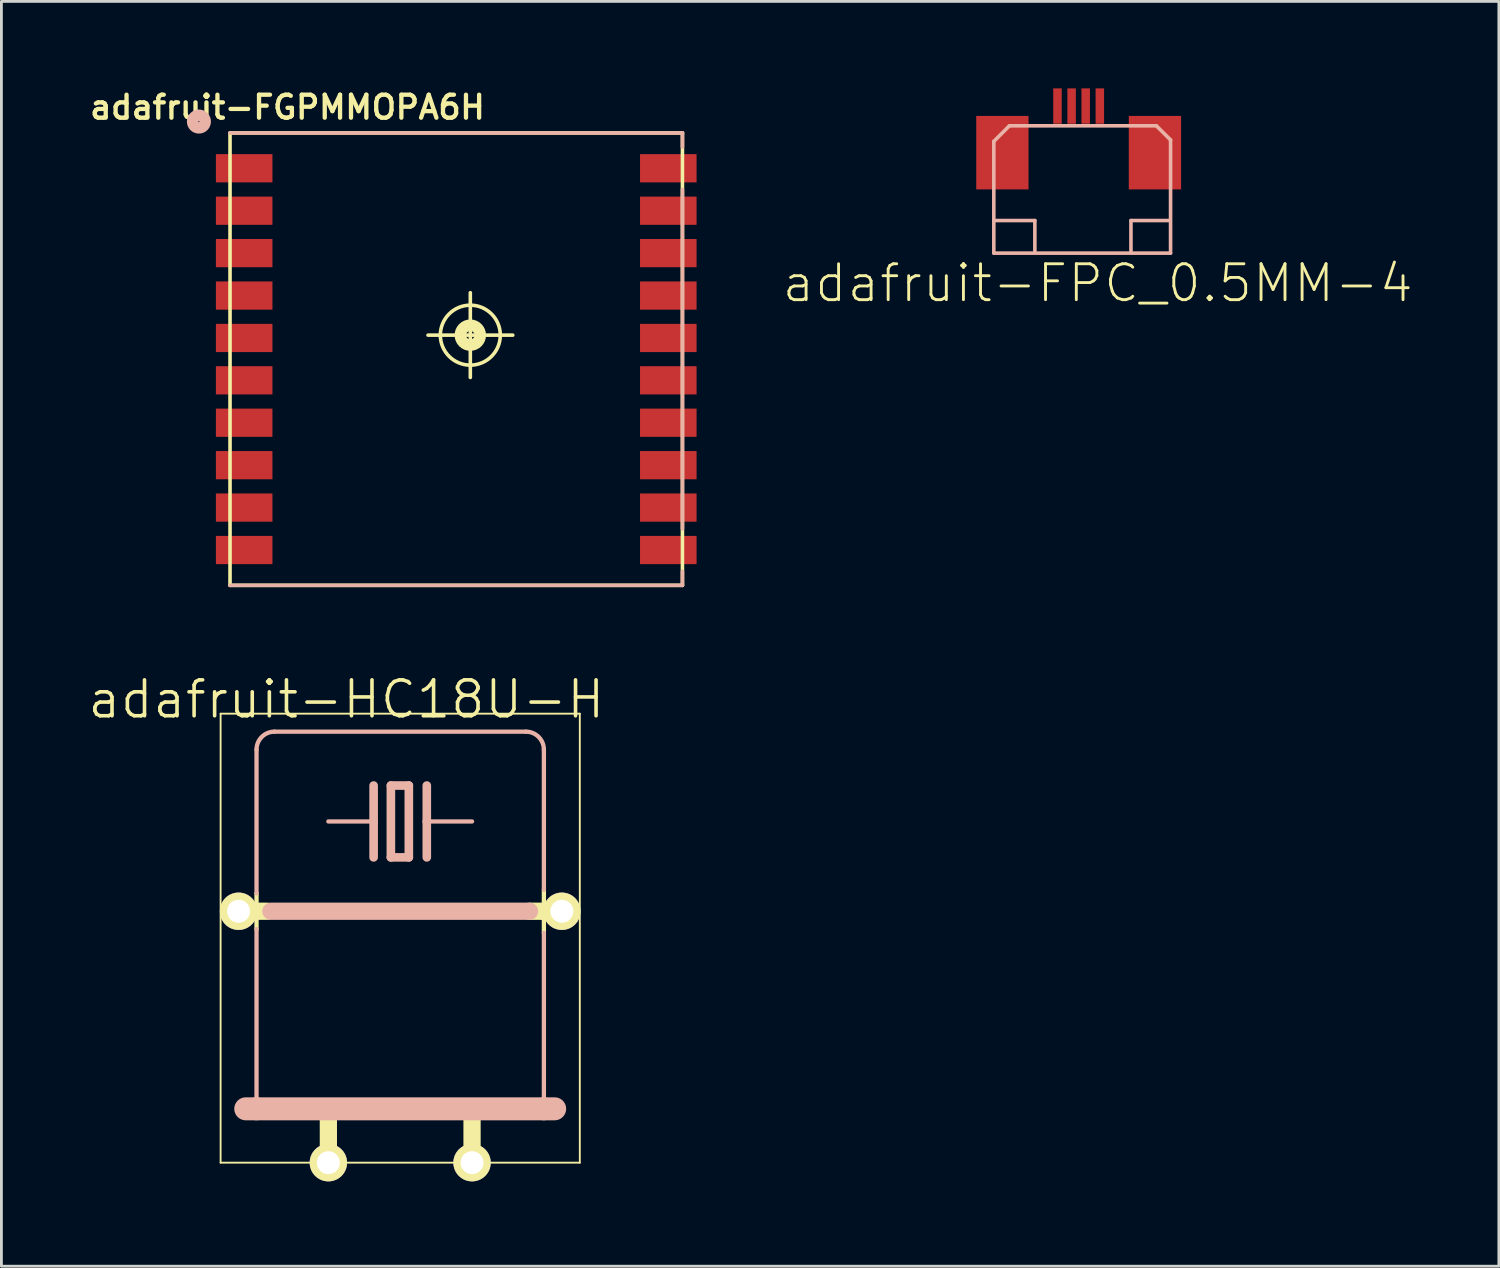
<source format=kicad_pcb>
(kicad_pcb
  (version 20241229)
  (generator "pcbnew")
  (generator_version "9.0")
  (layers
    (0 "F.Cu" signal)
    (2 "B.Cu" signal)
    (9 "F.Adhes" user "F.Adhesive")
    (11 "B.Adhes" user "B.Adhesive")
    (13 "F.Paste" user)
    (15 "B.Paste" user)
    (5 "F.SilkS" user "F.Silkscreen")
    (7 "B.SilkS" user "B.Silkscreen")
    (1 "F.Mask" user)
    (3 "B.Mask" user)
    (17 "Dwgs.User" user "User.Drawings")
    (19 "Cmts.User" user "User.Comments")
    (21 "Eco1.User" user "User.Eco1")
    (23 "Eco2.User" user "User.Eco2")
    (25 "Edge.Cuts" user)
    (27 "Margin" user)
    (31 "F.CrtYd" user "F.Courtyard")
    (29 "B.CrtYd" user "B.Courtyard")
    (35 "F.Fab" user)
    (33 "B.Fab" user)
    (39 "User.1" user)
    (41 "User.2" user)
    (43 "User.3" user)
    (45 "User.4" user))
  (footprint "adafruit-FPC_0.5MM-4"
    (layer "F.Cu")
    (at 35.088 0.25)
    (property "Reference" "adafruit-FPC_0.5MM-4" (at 0.673 6.713 0) (layer "F.SilkS") (effects (font (size 1.27 1.27) (thickness 0.102))))
    (attr smd)
    (fp_line (start -3 1.699) (end -2.449 1.148) (stroke (width 0.127) (type solid)) (layer "B.SilkS"))
    (fp_line (start -3 4.498) (end -3 1.699) (stroke (width 0.127) (type solid)) (layer "B.SilkS"))
    (fp_line (start -3 4.498) (end -1.549 4.498) (stroke (width 0.127) (type solid)) (layer "B.SilkS"))
    (fp_line (start -3 5.649) (end -3 4.498) (stroke (width 0.127) (type solid)) (layer "B.SilkS"))
    (fp_line (start -2.449 1.148) (end 2.748 1.148) (stroke (width 0.127) (type solid)) (layer "B.SilkS"))
    (fp_line (start -1.549 4.498) (end -1.549 5.598) (stroke (width 0.127) (type solid)) (layer "B.SilkS"))
    (fp_line (start 1.849 4.498) (end 1.849 5.598) (stroke (width 0.127) (type solid)) (layer "B.SilkS"))
    (fp_line (start 2.748 1.148) (end 3.249 1.648) (stroke (width 0.127) (type solid)) (layer "B.SilkS"))
    (fp_line (start 3.198 4.498) (end 1.849 4.498) (stroke (width 0.127) (type solid)) (layer "B.SilkS"))
    (fp_line (start 3.249 1.648) (end 3.249 5.649) (stroke (width 0.127) (type solid)) (layer "B.SilkS"))
    (fp_line (start 3.249 5.649) (end -3 5.649) (stroke (width 0.127) (type solid)) (layer "B.SilkS"))
    (pad "1" smd rect (at -0.749 0.45 90) (size 1.25 0.3) (layers "F.Cu" "F.Mask" "F.Paste"))
    (pad "2" smd rect (at -0.249 0.45 90) (size 1.25 0.3) (layers "F.Cu" "F.Mask" "F.Paste"))
    (pad "3" smd rect (at 0.249 0.45 90) (size 1.25 0.3) (layers "F.Cu" "F.Mask" "F.Paste"))
    (pad "4" smd rect (at 0.749 0.45 90) (size 1.25 0.3) (layers "F.Cu" "F.Mask" "F.Paste"))
    (pad "MT" smd rect (at -2.697 2.098 90) (size 2.598 1.849) (layers "F.Cu" "F.Mask" "F.Paste"))
    (pad "MT2" smd rect (at 2.697 2.098 90) (size 2.598 1.849) (layers "F.Cu" "F.Mask" "F.Paste")))
  (footprint "adafruit-HC18U-H"
    (layer "F.Cu")
    (at 11.1 32.979)
    (property "Reference" "adafruit-HC18U-H" (at -1.905 -11.303 0) (layer "F.SilkS") (effects (font (size 1.27 1.27) (thickness 0.127))))
    (attr exclude_from_pos_files exclude_from_bom)
    (fp_line (start -6.35 -10.795) (end 6.35 -10.795) (stroke (width 0.066) (type solid)) (layer "F.SilkS"))
    (fp_line (start -6.35 5.08) (end -6.35 -10.795) (stroke (width 0.066) (type solid)) (layer "F.SilkS"))
    (fp_line (start -6.35 5.08) (end 6.35 5.08) (stroke (width 0.066) (type solid)) (layer "F.SilkS"))
    (fp_line (start -5.08 -4.445) (end -5.08 -3.175) (stroke (width 0.152) (type solid)) (layer "F.SilkS"))
    (fp_line (start -4.699 -3.81) (end -5.715 -3.81) (stroke (width 0.61) (type solid)) (layer "F.SilkS"))
    (fp_line (start -2.54 3.302) (end -2.54 5.08) (stroke (width 0.61) (type solid)) (layer "F.SilkS"))
    (fp_line (start 2.54 3.302) (end 2.54 5.08) (stroke (width 0.61) (type solid)) (layer "F.SilkS"))
    (fp_line (start 4.572 -3.81) (end 5.08 -3.81) (stroke (width 0.61) (type solid)) (layer "F.SilkS"))
    (fp_line (start 5.08 -3.81) (end 5.08 -4.572) (stroke (width 0.152) (type solid)) (layer "F.SilkS"))
    (fp_line (start 5.08 -3.81) (end 5.08 -3.048) (stroke (width 0.152) (type solid)) (layer "F.SilkS"))
    (fp_line (start 5.08 -3.81) (end 5.715 -3.81) (stroke (width 0.61) (type solid)) (layer "F.SilkS"))
    (fp_line (start 6.35 5.08) (end 6.35 -10.795) (stroke (width 0.066) (type solid)) (layer "F.SilkS"))
    (fp_line (start -5.08 -4.445) (end -5.08 -9.525) (stroke (width 0.152) (type solid)) (layer "B.SilkS"))
    (fp_line (start -5.08 -3.175) (end -5.08 3.175) (stroke (width 0.152) (type solid)) (layer "B.SilkS"))
    (fp_line (start -5.08 3.175) (end -5.461 3.175) (stroke (width 0.813) (type solid)) (layer "B.SilkS"))
    (fp_line (start -4.572 -3.81) (end 4.572 -3.81) (stroke (width 0.61) (type solid)) (layer "B.SilkS"))
    (fp_line (start -0.94 -8.255) (end -0.94 -6.985) (stroke (width 0.305) (type solid)) (layer "B.SilkS"))
    (fp_line (start -0.94 -6.985) (end -2.54 -6.985) (stroke (width 0.152) (type solid)) (layer "B.SilkS"))
    (fp_line (start -0.94 -6.985) (end -0.94 -5.715) (stroke (width 0.305) (type solid)) (layer "B.SilkS"))
    (fp_line (start -0.33 -8.255) (end -0.33 -5.715) (stroke (width 0.305) (type solid)) (layer "B.SilkS"))
    (fp_line (start -0.33 -5.715) (end 0.305 -5.715) (stroke (width 0.305) (type solid)) (layer "B.SilkS"))
    (fp_line (start 0.305 -8.255) (end -0.33 -8.255) (stroke (width 0.305) (type solid)) (layer "B.SilkS"))
    (fp_line (start 0.305 -5.715) (end 0.305 -8.255) (stroke (width 0.305) (type solid)) (layer "B.SilkS"))
    (fp_line (start 0.94 -8.255) (end 0.94 -6.985) (stroke (width 0.305) (type solid)) (layer "B.SilkS"))
    (fp_line (start 0.94 -6.985) (end 0.94 -5.715) (stroke (width 0.305) (type solid)) (layer "B.SilkS"))
    (fp_line (start 0.94 -6.985) (end 2.54 -6.985) (stroke (width 0.152) (type solid)) (layer "B.SilkS"))
    (fp_line (start 4.445 -10.16) (end -4.445 -10.16) (stroke (width 0.152) (type solid)) (layer "B.SilkS"))
    (fp_line (start 5.08 -4.572) (end 5.08 -9.525) (stroke (width 0.152) (type solid)) (layer "B.SilkS"))
    (fp_line (start 5.08 -3.048) (end 5.08 3.175) (stroke (width 0.152) (type solid)) (layer "B.SilkS"))
    (fp_line (start 5.08 3.175) (end -5.08 3.175) (stroke (width 0.813) (type solid)) (layer "B.SilkS"))
    (fp_line (start 5.461 3.175) (end 5.08 3.175) (stroke (width 0.813) (type solid)) (layer "B.SilkS"))
    (fp_arc (start -5.08 -9.525) (mid -4.894013 -9.974013) (end -4.445 -10.16) (stroke (width 0.1524) (type solid)) (layer "B.SilkS"))
    (fp_arc (start 4.445 -10.16) (mid 4.894013 -9.974013) (end 5.08 -9.525) (stroke (width 0.1524) (type solid)) (layer "B.SilkS"))
    (pad "1" thru_hole circle (at -2.54 5.08) (size 1.321 1.321) (drill 0.813) (layers "*.Cu" "F.Mask" "F.SilkS" "F.Paste"))
    (pad "2" thru_hole circle (at 2.54 5.08) (size 1.321 1.321) (drill 0.813) (layers "*.Cu" "F.Mask" "F.SilkS" "F.Paste"))
    (pad "M" thru_hole circle (at -5.715 -3.81) (size 1.321 1.321) (drill 0.813) (layers "*.Cu" "F.Mask" "F.SilkS" "F.Paste"))
    (pad "M1" thru_hole circle (at 5.715 -3.81) (size 1.321 1.321) (drill 0.813) (layers "*.Cu" "F.Mask" "F.SilkS" "F.Paste")))
  (footprint "adafruit-FGPMMOPA6H"
    (layer "F.Cu")
    (at 13.081 9.648)
    (property "Reference" "adafruit-FGPMMOPA6H" (at -5.966 -8.905 0) (layer "F.SilkS") (effects (font (size 0.813 0.813) (thickness 0.152))))
    (attr smd)
    (fp_line (start -7.998 -7.998) (end 7.998 -7.998) (stroke (width 0.127) (type solid)) (layer "F.SilkS"))
    (fp_line (start -7.998 7.998) (end -7.998 -7.998) (stroke (width 0.127) (type solid)) (layer "F.SilkS"))
    (fp_line (start -0.998 -0.848) (end 1.999 -0.848) (stroke (width 0.127) (type solid)) (layer "F.SilkS"))
    (fp_line (start 0.498 0.648) (end 0.498 -2.349) (stroke (width 0.127) (type solid)) (layer "F.SilkS"))
    (fp_line (start 7.998 -7.998) (end 7.998 7.998) (stroke (width 0.127) (type solid)) (layer "F.SilkS"))
    (fp_line (start 7.998 7.998) (end -7.998 7.998) (stroke (width 0.127) (type solid)) (layer "F.SilkS"))
    (fp_circle (center 0.498 -0.848) (end 0.747 -1.097) (stroke (width 0.406) (type solid)) (fill no) (layer "F.SilkS"))
    (fp_circle (center 0.498 -0.848) (end 1.247 -1.598) (stroke (width 0.127) (type solid)) (fill no) (layer "F.SilkS"))
    (fp_line (start -7.998 -7.998) (end 7.998 -7.998) (stroke (width 0.127) (type solid)) (layer "B.SilkS"))
    (fp_line (start 7.998 -7.998) (end 7.998 -7.498) (stroke (width 0.127) (type solid)) (layer "B.SilkS"))
    (fp_line (start 7.998 -5.999) (end 7.998 5.999) (stroke (width 0.127) (type solid)) (layer "B.SilkS"))
    (fp_line (start 7.998 7.498) (end 7.998 7.998) (stroke (width 0.127) (type solid)) (layer "B.SilkS"))
    (fp_line (start 7.998 7.998) (end -7.998 7.998) (stroke (width 0.127) (type solid)) (layer "B.SilkS"))
    (fp_circle (center -9.098 -8.4) (end -9.256 -8.557) (stroke (width 0.406) (type solid)) (fill no) (layer "B.SilkS"))
    (pad "P$1" smd rect (at -7.498 -6.749) (size 1.999 0.998) (layers "F.Cu" "F.Mask" "F.Paste"))
    (pad "P$2" smd rect (at -7.498 -5.248) (size 1.999 0.998) (layers "F.Cu" "F.Mask" "F.Paste"))
    (pad "P$3" smd rect (at -7.498 -3.749) (size 1.999 0.998) (layers "F.Cu" "F.Mask" "F.Paste"))
    (pad "P$4" smd rect (at -7.498 -2.248) (size 1.999 0.998) (layers "F.Cu" "F.Mask" "F.Paste"))
    (pad "P$5" smd rect (at -7.498 -0.749) (size 1.999 0.998) (layers "F.Cu" "F.Mask" "F.Paste"))
    (pad "P$6" smd rect (at -7.498 0.749) (size 1.999 0.998) (layers "F.Cu" "F.Mask" "F.Paste"))
    (pad "P$7" smd rect (at -7.498 2.248) (size 1.999 0.998) (layers "F.Cu" "F.Mask" "F.Paste"))
    (pad "P$8" smd rect (at -7.498 3.749) (size 1.999 0.998) (layers "F.Cu" "F.Mask" "F.Paste"))
    (pad "P$9" smd rect (at -7.498 5.248) (size 1.999 0.998) (layers "F.Cu" "F.Mask" "F.Paste"))
    (pad "P$10" smd rect (at -7.498 6.749) (size 1.999 0.998) (layers "F.Cu" "F.Mask" "F.Paste"))
    (pad "P$11" smd rect (at 7.498 6.749 180) (size 1.999 0.998) (layers "F.Cu" "F.Mask" "F.Paste"))
    (pad "P$12" smd rect (at 7.498 5.248 180) (size 1.999 0.998) (layers "F.Cu" "F.Mask" "F.Paste"))
    (pad "P$13" smd rect (at 7.498 3.749 180) (size 1.999 0.998) (layers "F.Cu" "F.Mask" "F.Paste"))
    (pad "P$14" smd rect (at 7.498 2.248 180) (size 1.999 0.998) (layers "F.Cu" "F.Mask" "F.Paste"))
    (pad "P$15" smd rect (at 7.498 0.749 180) (size 1.999 0.998) (layers "F.Cu" "F.Mask" "F.Paste"))
    (pad "P$16" smd rect (at 7.498 -0.749 180) (size 1.999 0.998) (layers "F.Cu" "F.Mask" "F.Paste"))
    (pad "P$17" smd rect (at 7.498 -2.248 180) (size 1.999 0.998) (layers "F.Cu" "F.Mask" "F.Paste"))
    (pad "P$18" smd rect (at 7.498 -3.749 180) (size 1.999 0.998) (layers "F.Cu" "F.Mask" "F.Paste"))
    (pad "P$19" smd rect (at 7.498 -5.248 180) (size 1.999 0.998) (layers "F.Cu" "F.Mask" "F.Paste"))
    (pad "P$20" smd rect (at 7.498 -6.749 180) (size 1.999 0.998) (layers "F.Cu" "F.Mask" "F.Paste")))
  (gr_rect
    (start -3 -3)
    (end 49.945 41.719)
    (stroke (width 0.1) (type default))
    (fill no)
    (layer "Edge.Cuts")))
</source>
